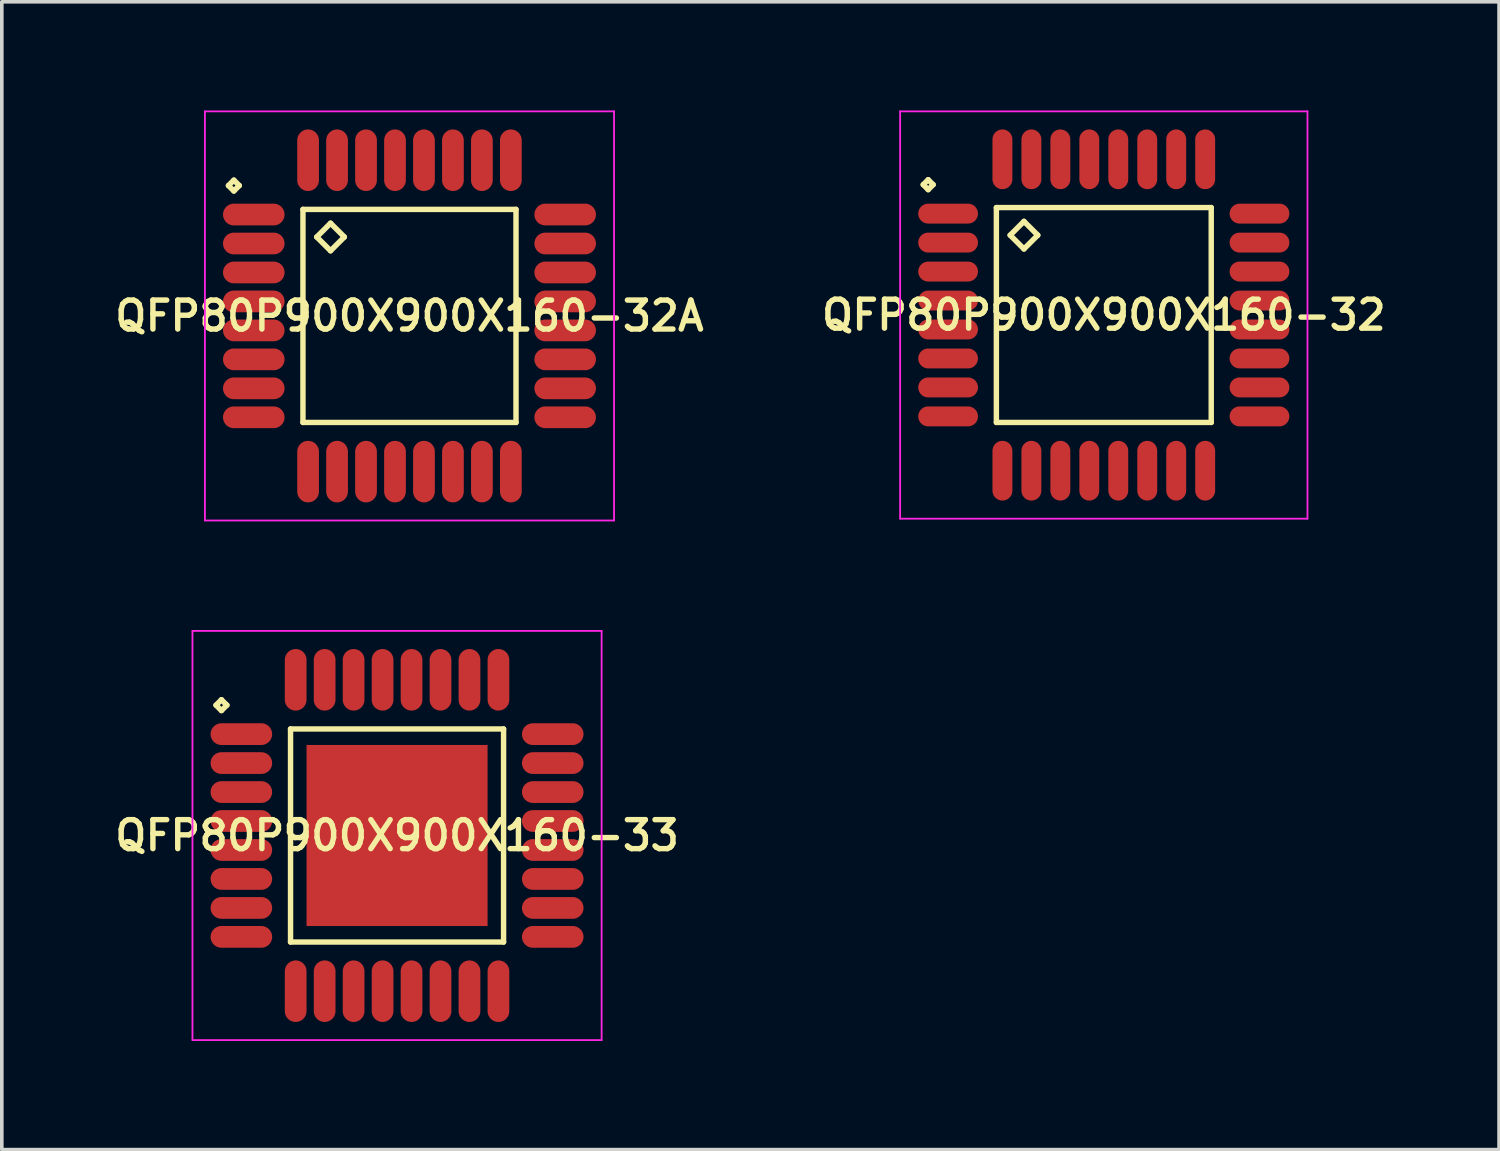
<source format=kicad_pcb>
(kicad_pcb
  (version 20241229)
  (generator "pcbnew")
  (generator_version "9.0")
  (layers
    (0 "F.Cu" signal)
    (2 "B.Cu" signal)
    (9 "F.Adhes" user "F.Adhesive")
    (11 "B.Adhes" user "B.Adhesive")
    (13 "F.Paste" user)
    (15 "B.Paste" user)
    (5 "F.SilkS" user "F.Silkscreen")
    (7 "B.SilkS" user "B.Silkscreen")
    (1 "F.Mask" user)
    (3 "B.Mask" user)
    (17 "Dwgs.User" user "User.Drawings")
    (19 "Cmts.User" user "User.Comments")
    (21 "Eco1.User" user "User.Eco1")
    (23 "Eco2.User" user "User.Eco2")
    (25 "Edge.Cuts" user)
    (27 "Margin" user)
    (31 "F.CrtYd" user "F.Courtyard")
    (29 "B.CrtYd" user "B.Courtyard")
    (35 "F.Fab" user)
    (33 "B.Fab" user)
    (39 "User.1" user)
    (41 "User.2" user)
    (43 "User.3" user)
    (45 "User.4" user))
  (footprint "QFP80P900X900X160-32"
    (layer "F.Cu")
    (at 27.435 5.65)
    (property "Reference" "QFP80P900X900X160-32" (at 0 0 0) (layer "F.SilkS") (effects (font (size 0.8 0.8) (thickness 0.15))))
    (attr smd)
    (fp_line (start -4.987 -3.6) (end -4.85 -3.737) (stroke (width 0.15) (type solid)) (layer "F.SilkS"))
    (fp_line (start -4.85 -3.737) (end -4.713 -3.6) (stroke (width 0.15) (type solid)) (layer "F.SilkS"))
    (fp_line (start -4.85 -3.462) (end -4.987 -3.6) (stroke (width 0.15) (type solid)) (layer "F.SilkS"))
    (fp_line (start -4.713 -3.6) (end -4.85 -3.462) (stroke (width 0.15) (type solid)) (layer "F.SilkS"))
    (fp_line (start -2.967 -2.967) (end -2.967 2.967) (stroke (width 0.15) (type solid)) (layer "F.SilkS"))
    (fp_line (start -2.967 2.967) (end 2.967 2.967) (stroke (width 0.15) (type solid)) (layer "F.SilkS"))
    (fp_line (start -2.586 -2.205) (end -2.205 -2.586) (stroke (width 0.15) (type solid)) (layer "F.SilkS"))
    (fp_line (start -2.205 -2.586) (end -1.824 -2.205) (stroke (width 0.15) (type solid)) (layer "F.SilkS"))
    (fp_line (start -2.205 -1.824) (end -2.586 -2.205) (stroke (width 0.15) (type solid)) (layer "F.SilkS"))
    (fp_line (start -1.824 -2.205) (end -2.205 -1.824) (stroke (width 0.15) (type solid)) (layer "F.SilkS"))
    (fp_line (start 2.967 -2.967) (end -2.967 -2.967) (stroke (width 0.15) (type solid)) (layer "F.SilkS"))
    (fp_line (start 2.967 2.967) (end 2.967 -2.967) (stroke (width 0.15) (type solid)) (layer "F.SilkS"))
    (fp_line (start -5.625 -5.625) (end 5.625 -5.625) (stroke (width 0.05) (type solid)) (layer "F.CrtYd"))
    (fp_line (start -5.625 5.625) (end -5.625 -5.625) (stroke (width 0.05) (type solid)) (layer "F.CrtYd"))
    (fp_line (start 5.625 -5.625) (end 5.625 5.625) (stroke (width 0.05) (type solid)) (layer "F.CrtYd"))
    (fp_line (start 5.625 5.625) (end -5.625 5.625) (stroke (width 0.05) (type solid)) (layer "F.CrtYd"))
    (pad "1" smd oval (at -4.3 -2.8) (size 1.65 0.55) (layers "F.Cu" "F.Mask" "F.Paste"))
    (pad "2" smd oval (at -4.3 -2) (size 1.65 0.55) (layers "F.Cu" "F.Mask" "F.Paste"))
    (pad "3" smd oval (at -4.3 -1.2) (size 1.65 0.55) (layers "F.Cu" "F.Mask" "F.Paste"))
    (pad "4" smd oval (at -4.3 -0.4) (size 1.65 0.55) (layers "F.Cu" "F.Mask" "F.Paste"))
    (pad "5" smd oval (at -4.3 0.4) (size 1.65 0.55) (layers "F.Cu" "F.Mask" "F.Paste"))
    (pad "6" smd oval (at -4.3 1.2) (size 1.65 0.55) (layers "F.Cu" "F.Mask" "F.Paste"))
    (pad "7" smd oval (at -4.3 2) (size 1.65 0.55) (layers "F.Cu" "F.Mask" "F.Paste"))
    (pad "8" smd oval (at -4.3 2.8) (size 1.65 0.55) (layers "F.Cu" "F.Mask" "F.Paste"))
    (pad "9" smd oval (at -2.8 4.3) (size 0.55 1.65) (layers "F.Cu" "F.Mask" "F.Paste"))
    (pad "10" smd oval (at -2 4.3) (size 0.55 1.65) (layers "F.Cu" "F.Mask" "F.Paste"))
    (pad "11" smd oval (at -1.2 4.3) (size 0.55 1.65) (layers "F.Cu" "F.Mask" "F.Paste"))
    (pad "12" smd oval (at -0.4 4.3) (size 0.55 1.65) (layers "F.Cu" "F.Mask" "F.Paste"))
    (pad "13" smd oval (at 0.4 4.3) (size 0.55 1.65) (layers "F.Cu" "F.Mask" "F.Paste"))
    (pad "14" smd oval (at 1.2 4.3) (size 0.55 1.65) (layers "F.Cu" "F.Mask" "F.Paste"))
    (pad "15" smd oval (at 2 4.3) (size 0.55 1.65) (layers "F.Cu" "F.Mask" "F.Paste"))
    (pad "16" smd oval (at 2.8 4.3) (size 0.55 1.65) (layers "F.Cu" "F.Mask" "F.Paste"))
    (pad "17" smd oval (at 4.3 2.8) (size 1.65 0.55) (layers "F.Cu" "F.Mask" "F.Paste"))
    (pad "18" smd oval (at 4.3 2) (size 1.65 0.55) (layers "F.Cu" "F.Mask" "F.Paste"))
    (pad "19" smd oval (at 4.3 1.2) (size 1.65 0.55) (layers "F.Cu" "F.Mask" "F.Paste"))
    (pad "20" smd oval (at 4.3 0.4) (size 1.65 0.55) (layers "F.Cu" "F.Mask" "F.Paste"))
    (pad "21" smd oval (at 4.3 -0.4) (size 1.65 0.55) (layers "F.Cu" "F.Mask" "F.Paste"))
    (pad "22" smd oval (at 4.3 -1.2) (size 1.65 0.55) (layers "F.Cu" "F.Mask" "F.Paste"))
    (pad "23" smd oval (at 4.3 -2) (size 1.65 0.55) (layers "F.Cu" "F.Mask" "F.Paste"))
    (pad "24" smd oval (at 4.3 -2.8) (size 1.65 0.55) (layers "F.Cu" "F.Mask" "F.Paste"))
    (pad "25" smd oval (at 2.8 -4.3) (size 0.55 1.65) (layers "F.Cu" "F.Mask" "F.Paste"))
    (pad "26" smd oval (at 2 -4.3) (size 0.55 1.65) (layers "F.Cu" "F.Mask" "F.Paste"))
    (pad "27" smd oval (at 1.2 -4.3) (size 0.55 1.65) (layers "F.Cu" "F.Mask" "F.Paste"))
    (pad "28" smd oval (at 0.4 -4.3) (size 0.55 1.65) (layers "F.Cu" "F.Mask" "F.Paste"))
    (pad "29" smd oval (at -0.4 -4.3) (size 0.55 1.65) (layers "F.Cu" "F.Mask" "F.Paste"))
    (pad "30" smd oval (at -1.2 -4.3) (size 0.55 1.65) (layers "F.Cu" "F.Mask" "F.Paste"))
    (pad "31" smd oval (at -2 -4.3) (size 0.55 1.65) (layers "F.Cu" "F.Mask" "F.Paste"))
    (pad "32" smd oval (at -2.8 -4.3) (size 0.55 1.65) (layers "F.Cu" "F.Mask" "F.Paste")))
  (footprint "QFP80P900X900X160-32A"
    (layer "F.Cu")
    (at 8.259 5.675)
    (property "Reference" "QFP80P900X900X160-32A" (at 0 0 0) (layer "F.SilkS") (effects (font (size 0.8 0.8) (thickness 0.15))))
    (attr smd)
    (fp_line (start -5 -3.6) (end -4.85 -3.75) (stroke (width 0.15) (type solid)) (layer "F.SilkS"))
    (fp_line (start -4.85 -3.75) (end -4.7 -3.6) (stroke (width 0.15) (type solid)) (layer "F.SilkS"))
    (fp_line (start -4.85 -3.45) (end -5 -3.6) (stroke (width 0.15) (type solid)) (layer "F.SilkS"))
    (fp_line (start -4.7 -3.6) (end -4.85 -3.45) (stroke (width 0.15) (type solid)) (layer "F.SilkS"))
    (fp_line (start -2.942 -2.942) (end -2.942 2.942) (stroke (width 0.15) (type solid)) (layer "F.SilkS"))
    (fp_line (start -2.942 2.942) (end 2.942 2.942) (stroke (width 0.15) (type solid)) (layer "F.SilkS"))
    (fp_line (start -2.561 -2.18) (end -2.18 -2.561) (stroke (width 0.15) (type solid)) (layer "F.SilkS"))
    (fp_line (start -2.18 -2.561) (end -1.799 -2.18) (stroke (width 0.15) (type solid)) (layer "F.SilkS"))
    (fp_line (start -2.18 -1.799) (end -2.561 -2.18) (stroke (width 0.15) (type solid)) (layer "F.SilkS"))
    (fp_line (start -1.799 -2.18) (end -2.18 -1.799) (stroke (width 0.15) (type solid)) (layer "F.SilkS"))
    (fp_line (start 2.942 -2.942) (end -2.942 -2.942) (stroke (width 0.15) (type solid)) (layer "F.SilkS"))
    (fp_line (start 2.942 2.942) (end 2.942 -2.942) (stroke (width 0.15) (type solid)) (layer "F.SilkS"))
    (fp_line (start -5.65 -5.65) (end 5.65 -5.65) (stroke (width 0.05) (type solid)) (layer "F.CrtYd"))
    (fp_line (start -5.65 5.65) (end -5.65 -5.65) (stroke (width 0.05) (type solid)) (layer "F.CrtYd"))
    (fp_line (start 5.65 -5.65) (end 5.65 5.65) (stroke (width 0.05) (type solid)) (layer "F.CrtYd"))
    (fp_line (start 5.65 5.65) (end -5.65 5.65) (stroke (width 0.05) (type solid)) (layer "F.CrtYd"))
    (pad "1" smd oval (at -4.3 -2.8) (size 1.7 0.6) (layers "F.Cu" "F.Mask" "F.Paste"))
    (pad "2" smd oval (at -4.3 -2) (size 1.7 0.6) (layers "F.Cu" "F.Mask" "F.Paste"))
    (pad "3" smd oval (at -4.3 -1.2) (size 1.7 0.6) (layers "F.Cu" "F.Mask" "F.Paste"))
    (pad "4" smd oval (at -4.3 -0.4) (size 1.7 0.6) (layers "F.Cu" "F.Mask" "F.Paste"))
    (pad "5" smd oval (at -4.3 0.4) (size 1.7 0.6) (layers "F.Cu" "F.Mask" "F.Paste"))
    (pad "6" smd oval (at -4.3 1.2) (size 1.7 0.6) (layers "F.Cu" "F.Mask" "F.Paste"))
    (pad "7" smd oval (at -4.3 2) (size 1.7 0.6) (layers "F.Cu" "F.Mask" "F.Paste"))
    (pad "8" smd oval (at -4.3 2.8) (size 1.7 0.6) (layers "F.Cu" "F.Mask" "F.Paste"))
    (pad "9" smd oval (at -2.8 4.3) (size 0.6 1.7) (layers "F.Cu" "F.Mask" "F.Paste"))
    (pad "10" smd oval (at -2 4.3) (size 0.6 1.7) (layers "F.Cu" "F.Mask" "F.Paste"))
    (pad "11" smd oval (at -1.2 4.3) (size 0.6 1.7) (layers "F.Cu" "F.Mask" "F.Paste"))
    (pad "12" smd oval (at -0.4 4.3) (size 0.6 1.7) (layers "F.Cu" "F.Mask" "F.Paste"))
    (pad "13" smd oval (at 0.4 4.3) (size 0.6 1.7) (layers "F.Cu" "F.Mask" "F.Paste"))
    (pad "14" smd oval (at 1.2 4.3) (size 0.6 1.7) (layers "F.Cu" "F.Mask" "F.Paste"))
    (pad "15" smd oval (at 2 4.3) (size 0.6 1.7) (layers "F.Cu" "F.Mask" "F.Paste"))
    (pad "16" smd oval (at 2.8 4.3) (size 0.6 1.7) (layers "F.Cu" "F.Mask" "F.Paste"))
    (pad "17" smd oval (at 4.3 2.8) (size 1.7 0.6) (layers "F.Cu" "F.Mask" "F.Paste"))
    (pad "18" smd oval (at 4.3 2) (size 1.7 0.6) (layers "F.Cu" "F.Mask" "F.Paste"))
    (pad "19" smd oval (at 4.3 1.2) (size 1.7 0.6) (layers "F.Cu" "F.Mask" "F.Paste"))
    (pad "20" smd oval (at 4.3 0.4) (size 1.7 0.6) (layers "F.Cu" "F.Mask" "F.Paste"))
    (pad "21" smd oval (at 4.3 -0.4) (size 1.7 0.6) (layers "F.Cu" "F.Mask" "F.Paste"))
    (pad "22" smd oval (at 4.3 -1.2) (size 1.7 0.6) (layers "F.Cu" "F.Mask" "F.Paste"))
    (pad "23" smd oval (at 4.3 -2) (size 1.7 0.6) (layers "F.Cu" "F.Mask" "F.Paste"))
    (pad "24" smd oval (at 4.3 -2.8) (size 1.7 0.6) (layers "F.Cu" "F.Mask" "F.Paste"))
    (pad "25" smd oval (at 2.8 -4.3) (size 0.6 1.7) (layers "F.Cu" "F.Mask" "F.Paste"))
    (pad "26" smd oval (at 2 -4.3) (size 0.6 1.7) (layers "F.Cu" "F.Mask" "F.Paste"))
    (pad "27" smd oval (at 1.2 -4.3) (size 0.6 1.7) (layers "F.Cu" "F.Mask" "F.Paste"))
    (pad "28" smd oval (at 0.4 -4.3) (size 0.6 1.7) (layers "F.Cu" "F.Mask" "F.Paste"))
    (pad "29" smd oval (at -0.4 -4.3) (size 0.6 1.7) (layers "F.Cu" "F.Mask" "F.Paste"))
    (pad "30" smd oval (at -1.2 -4.3) (size 0.6 1.7) (layers "F.Cu" "F.Mask" "F.Paste"))
    (pad "31" smd oval (at -2 -4.3) (size 0.6 1.7) (layers "F.Cu" "F.Mask" "F.Paste"))
    (pad "32" smd oval (at -2.8 -4.3) (size 0.6 1.7) (layers "F.Cu" "F.Mask" "F.Paste")))
  (footprint "QFP80P900X900X160-33"
    (layer "F.Cu")
    (at 7.916 20.025)
    (property "Reference" "QFP80P900X900X160-33" (at 0 0 0) (layer "F.SilkS") (effects (font (size 0.8 0.8) (thickness 0.15))))
    (attr smd)
    (fp_line (start -5 -3.6) (end -4.85 -3.75) (stroke (width 0.15) (type solid)) (layer "F.SilkS"))
    (fp_line (start -4.85 -3.75) (end -4.7 -3.6) (stroke (width 0.15) (type solid)) (layer "F.SilkS"))
    (fp_line (start -4.85 -3.45) (end -5 -3.6) (stroke (width 0.15) (type solid)) (layer "F.SilkS"))
    (fp_line (start -4.7 -3.6) (end -4.85 -3.45) (stroke (width 0.15) (type solid)) (layer "F.SilkS"))
    (fp_line (start -2.942 -2.942) (end -2.942 2.942) (stroke (width 0.15) (type solid)) (layer "F.SilkS"))
    (fp_line (start -2.942 2.942) (end 2.942 2.942) (stroke (width 0.15) (type solid)) (layer "F.SilkS"))
    (fp_line (start 2.942 -2.942) (end -2.942 -2.942) (stroke (width 0.15) (type solid)) (layer "F.SilkS"))
    (fp_line (start 2.942 2.942) (end 2.942 -2.942) (stroke (width 0.15) (type solid)) (layer "F.SilkS"))
    (fp_line (start -5.65 -5.65) (end 5.65 -5.65) (stroke (width 0.05) (type solid)) (layer "F.CrtYd"))
    (fp_line (start -5.65 5.65) (end -5.65 -5.65) (stroke (width 0.05) (type solid)) (layer "F.CrtYd"))
    (fp_line (start 5.65 -5.65) (end 5.65 5.65) (stroke (width 0.05) (type solid)) (layer "F.CrtYd"))
    (fp_line (start 5.65 5.65) (end -5.65 5.65) (stroke (width 0.05) (type solid)) (layer "F.CrtYd"))
    (pad "1" smd oval (at -4.3 -2.8) (size 1.7 0.6) (layers "F.Cu" "F.Mask" "F.Paste"))
    (pad "2" smd oval (at -4.3 -2) (size 1.7 0.6) (layers "F.Cu" "F.Mask" "F.Paste"))
    (pad "3" smd oval (at -4.3 -1.2) (size 1.7 0.6) (layers "F.Cu" "F.Mask" "F.Paste"))
    (pad "4" smd oval (at -4.3 -0.4) (size 1.7 0.6) (layers "F.Cu" "F.Mask" "F.Paste"))
    (pad "5" smd oval (at -4.3 0.4) (size 1.7 0.6) (layers "F.Cu" "F.Mask" "F.Paste"))
    (pad "6" smd oval (at -4.3 1.2) (size 1.7 0.6) (layers "F.Cu" "F.Mask" "F.Paste"))
    (pad "7" smd oval (at -4.3 2) (size 1.7 0.6) (layers "F.Cu" "F.Mask" "F.Paste"))
    (pad "8" smd oval (at -4.3 2.8) (size 1.7 0.6) (layers "F.Cu" "F.Mask" "F.Paste"))
    (pad "9" smd oval (at -2.8 4.3) (size 0.6 1.7) (layers "F.Cu" "F.Mask" "F.Paste"))
    (pad "10" smd oval (at -2 4.3) (size 0.6 1.7) (layers "F.Cu" "F.Mask" "F.Paste"))
    (pad "11" smd oval (at -1.2 4.3) (size 0.6 1.7) (layers "F.Cu" "F.Mask" "F.Paste"))
    (pad "12" smd oval (at -0.4 4.3) (size 0.6 1.7) (layers "F.Cu" "F.Mask" "F.Paste"))
    (pad "13" smd oval (at 0.4 4.3) (size 0.6 1.7) (layers "F.Cu" "F.Mask" "F.Paste"))
    (pad "14" smd oval (at 1.2 4.3) (size 0.6 1.7) (layers "F.Cu" "F.Mask" "F.Paste"))
    (pad "15" smd oval (at 2 4.3) (size 0.6 1.7) (layers "F.Cu" "F.Mask" "F.Paste"))
    (pad "16" smd oval (at 2.8 4.3) (size 0.6 1.7) (layers "F.Cu" "F.Mask" "F.Paste"))
    (pad "17" smd oval (at 4.3 2.8) (size 1.7 0.6) (layers "F.Cu" "F.Mask" "F.Paste"))
    (pad "18" smd oval (at 4.3 2) (size 1.7 0.6) (layers "F.Cu" "F.Mask" "F.Paste"))
    (pad "19" smd oval (at 4.3 1.2) (size 1.7 0.6) (layers "F.Cu" "F.Mask" "F.Paste"))
    (pad "20" smd oval (at 4.3 0.4) (size 1.7 0.6) (layers "F.Cu" "F.Mask" "F.Paste"))
    (pad "21" smd oval (at 4.3 -0.4) (size 1.7 0.6) (layers "F.Cu" "F.Mask" "F.Paste"))
    (pad "22" smd oval (at 4.3 -1.2) (size 1.7 0.6) (layers "F.Cu" "F.Mask" "F.Paste"))
    (pad "23" smd oval (at 4.3 -2) (size 1.7 0.6) (layers "F.Cu" "F.Mask" "F.Paste"))
    (pad "24" smd oval (at 4.3 -2.8) (size 1.7 0.6) (layers "F.Cu" "F.Mask" "F.Paste"))
    (pad "25" smd oval (at 2.8 -4.3) (size 0.6 1.7) (layers "F.Cu" "F.Mask" "F.Paste"))
    (pad "26" smd oval (at 2 -4.3) (size 0.6 1.7) (layers "F.Cu" "F.Mask" "F.Paste"))
    (pad "27" smd oval (at 1.2 -4.3) (size 0.6 1.7) (layers "F.Cu" "F.Mask" "F.Paste"))
    (pad "28" smd oval (at 0.4 -4.3) (size 0.6 1.7) (layers "F.Cu" "F.Mask" "F.Paste"))
    (pad "29" smd oval (at -0.4 -4.3) (size 0.6 1.7) (layers "F.Cu" "F.Mask" "F.Paste"))
    (pad "30" smd oval (at -1.2 -4.3) (size 0.6 1.7) (layers "F.Cu" "F.Mask" "F.Paste"))
    (pad "31" smd oval (at -2 -4.3) (size 0.6 1.7) (layers "F.Cu" "F.Mask" "F.Paste"))
    (pad "32" smd oval (at -2.8 -4.3) (size 0.6 1.7) (layers "F.Cu" "F.Mask" "F.Paste"))
    (pad "33" smd rect (at 0 0) (size 5 5) (layers "F.Cu" "F.Mask" "F.Paste")))
  (gr_rect
    (start -3 -3)
    (end 38.351 28.7)
    (stroke (width 0.1) (type default))
    (fill no)
    (layer "Edge.Cuts")))
</source>
